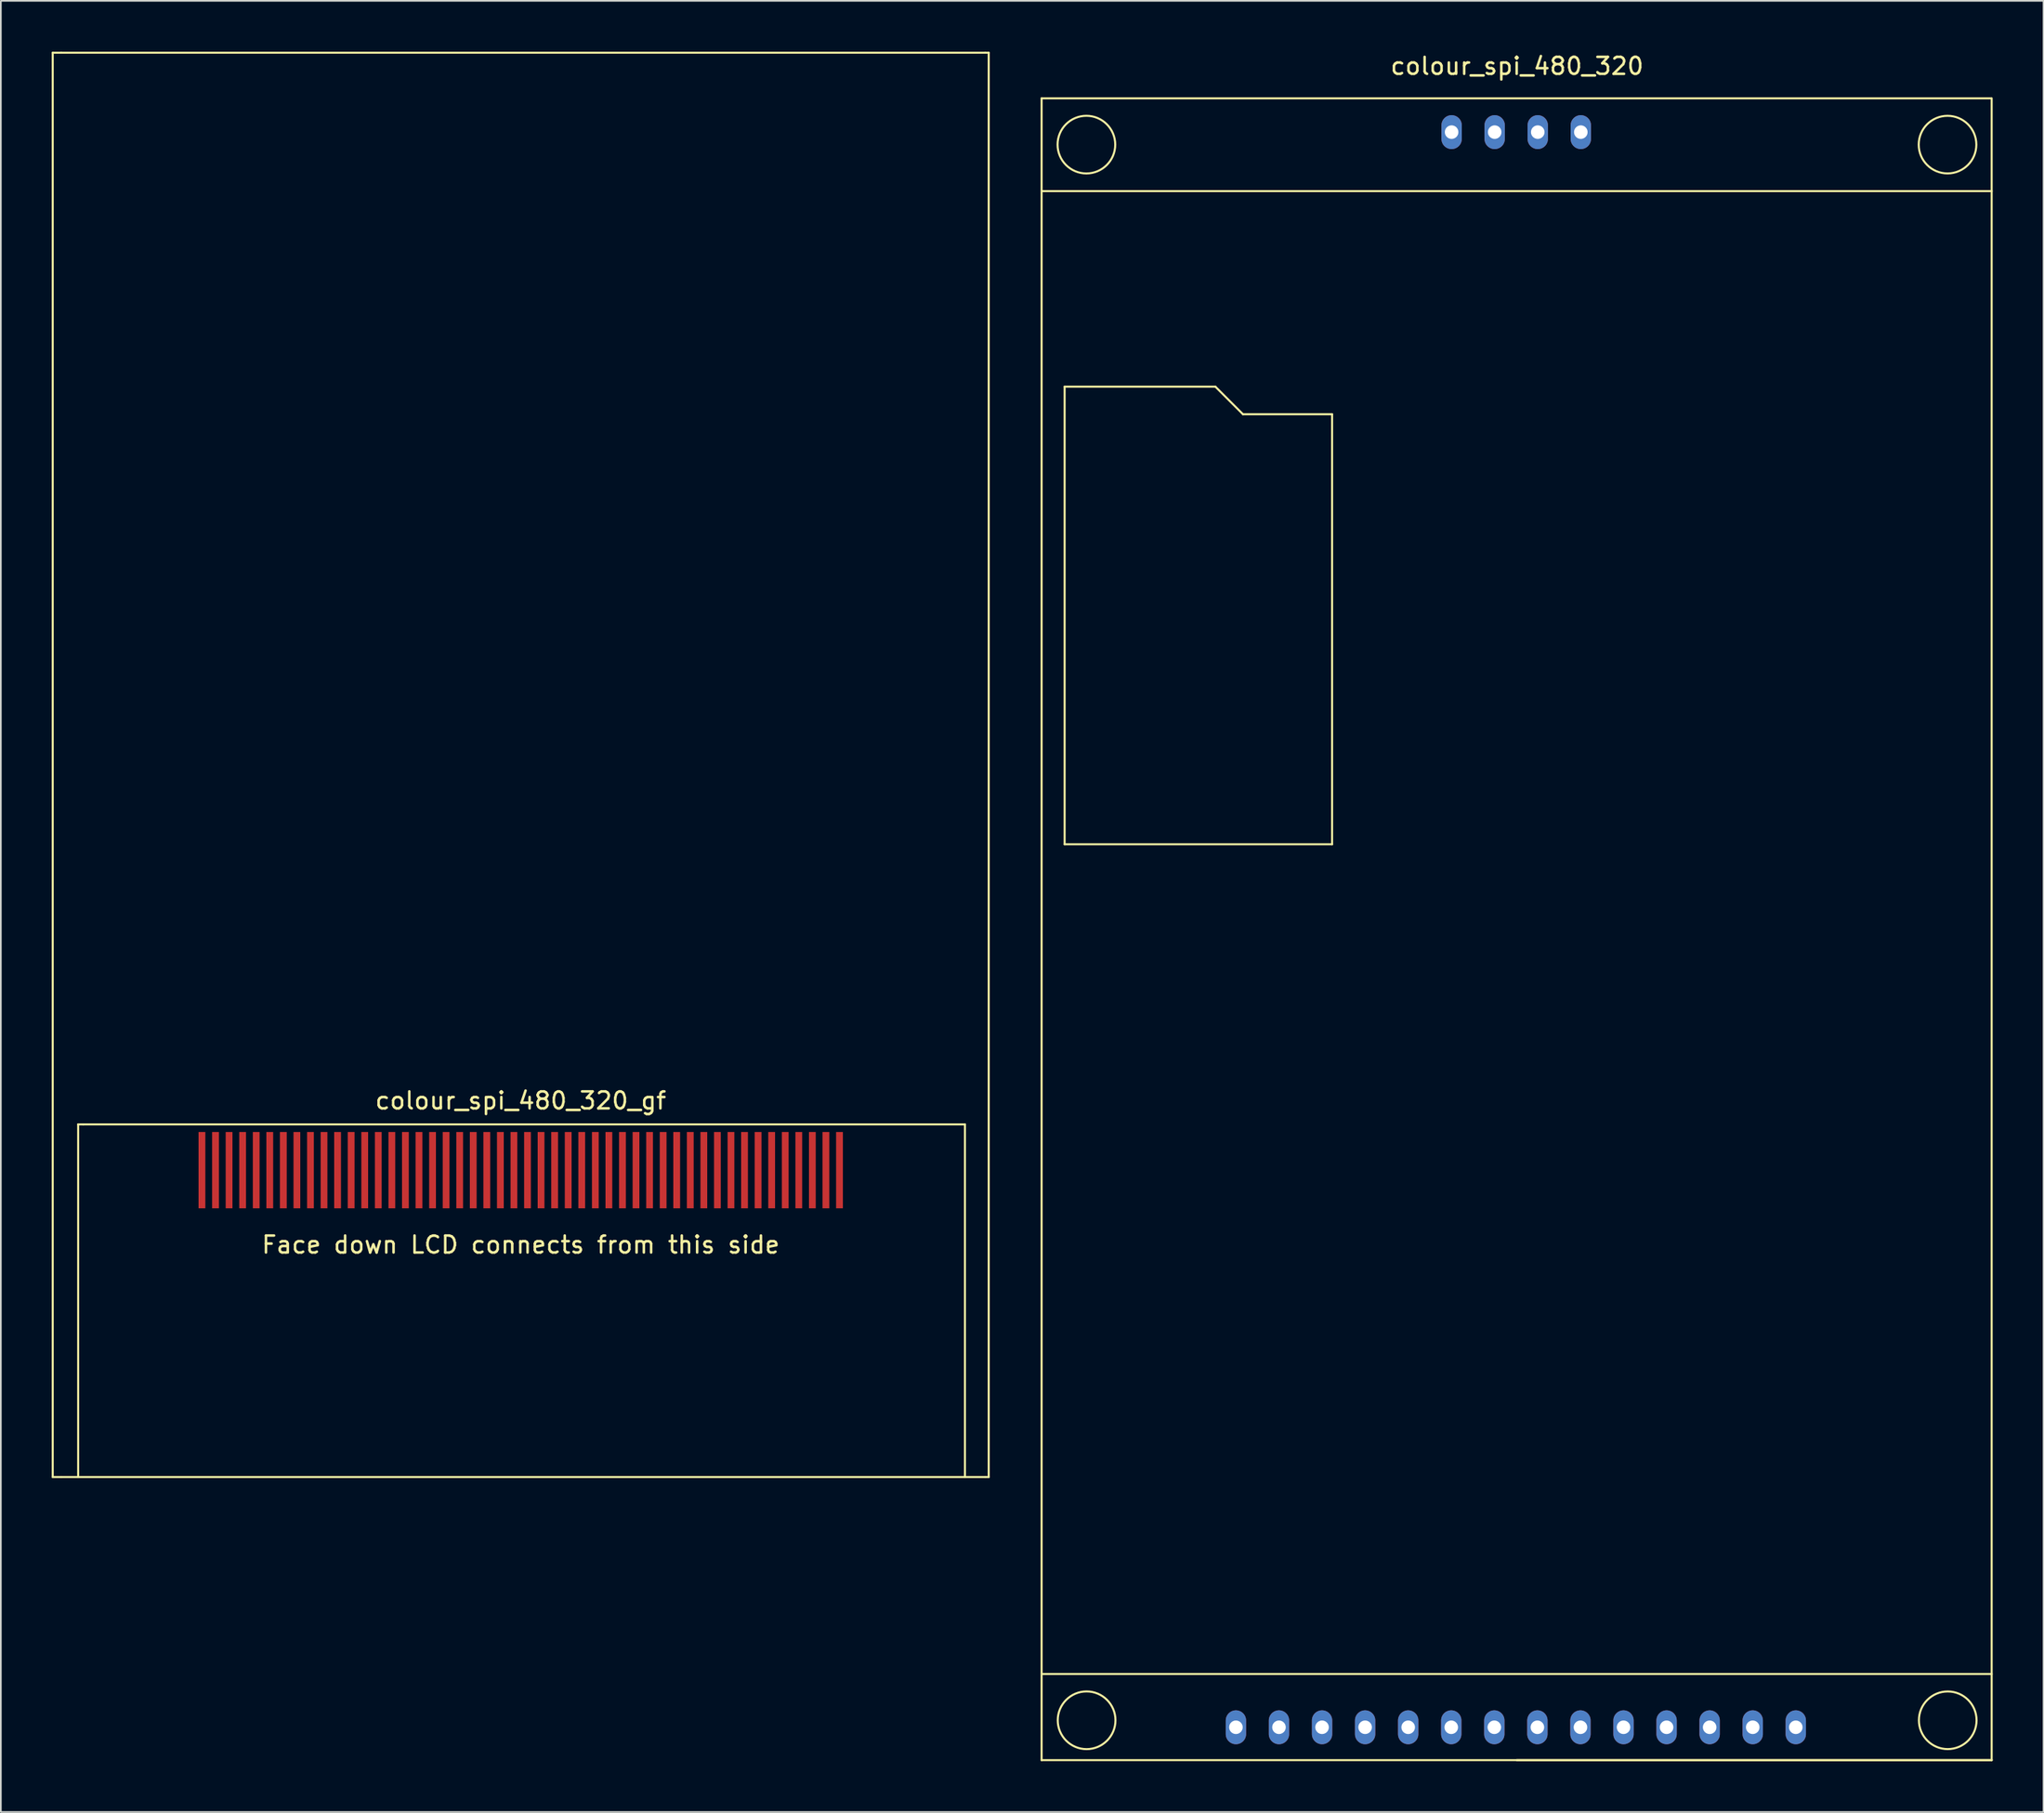
<source format=kicad_pcb>
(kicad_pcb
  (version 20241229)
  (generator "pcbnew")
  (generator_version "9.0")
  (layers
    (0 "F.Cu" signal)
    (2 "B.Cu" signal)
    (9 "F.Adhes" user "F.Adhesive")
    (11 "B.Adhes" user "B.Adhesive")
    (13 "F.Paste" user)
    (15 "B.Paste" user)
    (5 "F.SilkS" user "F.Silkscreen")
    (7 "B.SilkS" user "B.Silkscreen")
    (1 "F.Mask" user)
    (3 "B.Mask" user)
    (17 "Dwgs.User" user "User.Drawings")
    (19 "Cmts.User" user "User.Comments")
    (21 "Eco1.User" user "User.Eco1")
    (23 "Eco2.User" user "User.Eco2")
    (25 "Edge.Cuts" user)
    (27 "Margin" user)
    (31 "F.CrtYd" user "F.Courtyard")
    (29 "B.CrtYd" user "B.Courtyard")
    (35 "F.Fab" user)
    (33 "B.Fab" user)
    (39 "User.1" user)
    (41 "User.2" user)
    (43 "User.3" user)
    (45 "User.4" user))
  (footprint "colour_spi_480_320"
    (layer "F.Cu")
    (at 86.472 2.748)
    (property "Reference" "colour_spi_480_320" (at -0.05 -1.9 180) (layer "F.SilkS") (effects (font (size 1 1) (thickness 0.15))))
    (attr through_hole)
    (fp_line (start -28.092 0) (end -28.092 98.006) (stroke (width 0.12) (type solid)) (layer "F.SilkS"))
    (fp_line (start -28.092 98.006) (end 27.94 98.006) (stroke (width 0.12) (type solid)) (layer "F.SilkS"))
    (fp_line (start -28.054 5.474) (end 27.94 5.474) (stroke (width 0.12) (type solid)) (layer "F.SilkS"))
    (fp_line (start -28.042 92.926) (end 27.94 92.926) (stroke (width 0.12) (type solid)) (layer "F.SilkS"))
    (fp_line (start -26.733 17.005) (end -17.843 17.005) (stroke (width 0.12) (type solid)) (layer "F.SilkS"))
    (fp_line (start -26.733 43.993) (end -26.733 17.005) (stroke (width 0.12) (type solid)) (layer "F.SilkS"))
    (fp_line (start -26.733 43.993) (end -10.96 43.993) (stroke (width 0.12) (type solid)) (layer "F.SilkS"))
    (fp_line (start -17.843 17.005) (end -16.218 18.631) (stroke (width 0.12) (type solid)) (layer "F.SilkS"))
    (fp_line (start -16.218 18.631) (end -10.96 18.631) (stroke (width 0.12) (type solid)) (layer "F.SilkS"))
    (fp_line (start -10.96 43.993) (end -10.96 18.631) (stroke (width 0.12) (type solid)) (layer "F.SilkS"))
    (fp_line (start -0.064 98.006) (end 27.94 98.006) (stroke (width 0.12) (type solid)) (layer "F.SilkS"))
    (fp_line (start 27.915 0) (end -28.092 0) (stroke (width 0.12) (type solid)) (layer "F.SilkS"))
    (fp_line (start 27.94 98.006) (end 27.94 0) (stroke (width 0.12) (type solid)) (layer "F.SilkS"))
    (fp_circle (center -25.45 2.731) (end -24.333 4.013) (stroke (width 0.12) (type solid)) (fill no) (layer "F.SilkS"))
    (fp_circle (center -25.438 95.656) (end -24.32 96.939) (stroke (width 0.12) (type solid)) (fill no) (layer "F.SilkS"))
    (fp_circle (center 25.337 2.731) (end 26.48 3.988) (stroke (width 0.12) (type solid)) (fill no) (layer "F.SilkS"))
    (fp_circle (center 25.349 95.656) (end 26.492 96.914) (stroke (width 0.12) (type solid)) (fill no) (layer "F.SilkS"))
    (pad "1" thru_hole oval (at -16.632 96.069) (size 1.2 2) (drill 0.8) (layers "*.Cu" "*.Mask"))
    (pad "2" thru_hole oval (at -14.092 96.069) (size 1.2 2) (drill 0.8) (layers "*.Cu" "*.Mask"))
    (pad "3" thru_hole oval (at -11.552 96.069) (size 1.2 2) (drill 0.8) (layers "*.Cu" "*.Mask"))
    (pad "4" thru_hole oval (at -9.012 96.069) (size 1.2 2) (drill 0.8) (layers "*.Cu" "*.Mask"))
    (pad "5" thru_hole oval (at -6.472 96.069) (size 1.2 2) (drill 0.8) (layers "*.Cu" "*.Mask"))
    (pad "6" thru_hole oval (at -3.932 96.069) (size 1.2 2) (drill 0.8) (layers "*.Cu" "*.Mask"))
    (pad "7" thru_hole oval (at -1.392 96.069) (size 1.2 2) (drill 0.8) (layers "*.Cu" "*.Mask"))
    (pad "8" thru_hole oval (at 1.148 96.069) (size 1.2 2) (drill 0.8) (layers "*.Cu" "*.Mask"))
    (pad "9" thru_hole oval (at 3.688 96.069) (size 1.2 2) (drill 0.8) (layers "*.Cu" "*.Mask"))
    (pad "10" thru_hole oval (at 6.228 96.069) (size 1.2 2) (drill 0.8) (layers "*.Cu" "*.Mask"))
    (pad "11" thru_hole oval (at 8.768 96.069) (size 1.2 2) (drill 0.8) (layers "*.Cu" "*.Mask"))
    (pad "12" thru_hole oval (at 11.308 96.069) (size 1.2 2) (drill 0.8) (layers "*.Cu" "*.Mask"))
    (pad "13" thru_hole oval (at 13.848 96.069) (size 1.2 2) (drill 0.8) (layers "*.Cu" "*.Mask"))
    (pad "14" thru_hole oval (at 16.388 96.069) (size 1.2 2) (drill 0.8) (layers "*.Cu" "*.Mask"))
    (pad "15" thru_hole oval (at 3.709 1.994) (size 1.2 2) (drill 0.8) (layers "*.Cu" "*.Mask"))
    (pad "16" thru_hole oval (at 1.169 1.994) (size 1.2 2) (drill 0.8) (layers "*.Cu" "*.Mask"))
    (pad "17" thru_hole oval (at -1.371 1.994) (size 1.2 2) (drill 0.8) (layers "*.Cu" "*.Mask"))
    (pad "18" thru_hole oval (at -3.911 1.994) (size 1.2 2) (drill 0.8) (layers "*.Cu" "*.Mask")))
  (footprint "colour_spi_480_320_gf"
    (layer "F.Cu")
    (at 27.66 63.16)
    (property "Reference" "colour_spi_480_320_gf" (at 0 -1.3 0) (layer "F.SilkS") (effects (font (size 1 1) (thickness 0.15))))
    (attr smd)
    (fp_line (start -27.6 -63.1) (end -27.6 20.9) (stroke (width 0.12) (type solid)) (layer "F.SilkS"))
    (fp_line (start -27.6 -63.1) (end -27.1 -63.1) (stroke (width 0.12) (type solid)) (layer "F.SilkS"))
    (fp_line (start -27.1 20.9) (end -27.6 20.9) (stroke (width 0.12) (type solid)) (layer "F.SilkS"))
    (fp_line (start -27.1 20.9) (end 27.4 20.9) (stroke (width 0.12) (type solid)) (layer "F.SilkS"))
    (fp_line (start -26.1 20.9) (end -26.1 0.1) (stroke (width 0.12) (type solid)) (layer "F.SilkS"))
    (fp_line (start -25.8 0.1) (end -26.1 0.1) (stroke (width 0.12) (type solid)) (layer "F.SilkS"))
    (fp_line (start -25.8 0.1) (end 26.2 0.1) (stroke (width 0.12) (type solid)) (layer "F.SilkS"))
    (fp_line (start 26.2 0.1) (end 26.2 20.9) (stroke (width 0.12) (type solid)) (layer "F.SilkS"))
    (fp_line (start 27.4 -63.1) (end -27.1 -63.1) (stroke (width 0.12) (type solid)) (layer "F.SilkS"))
    (fp_line (start 27.6 -63.1) (end 27.4 -63.1) (stroke (width 0.12) (type solid)) (layer "F.SilkS"))
    (fp_line (start 27.6 20.9) (end 27.4 20.9) (stroke (width 0.12) (type solid)) (layer "F.SilkS"))
    (fp_line (start 27.6 20.9) (end 27.6 -63.1) (stroke (width 0.12) (type solid)) (layer "F.SilkS"))
    (fp_text user "Face down LCD connects from this side" (at 0 7.2 0) (layer "F.SilkS") (effects (font (size 1 1) (thickness 0.15))))
    (pad "1" smd rect (at -18.8 2.8) (size 0.4 4.5) (layers "F.Cu" "F.Mask" "F.Paste"))
    (pad "2" smd rect (at -18 2.8) (size 0.4 4.5) (layers "F.Cu" "F.Mask" "F.Paste"))
    (pad "3" smd rect (at -17.2 2.8) (size 0.4 4.5) (layers "F.Cu" "F.Mask" "F.Paste"))
    (pad "4" smd rect (at -16.4 2.8) (size 0.4 4.5) (layers "F.Cu" "F.Mask" "F.Paste"))
    (pad "5" smd rect (at -15.6 2.8) (size 0.4 4.5) (layers "F.Cu" "F.Mask" "F.Paste"))
    (pad "6" smd rect (at -14.8 2.8) (size 0.4 4.5) (layers "F.Cu" "F.Mask" "F.Paste"))
    (pad "7" smd rect (at -14 2.8) (size 0.4 4.5) (layers "F.Cu" "F.Mask" "F.Paste"))
    (pad "8" smd rect (at -13.2 2.8) (size 0.4 4.5) (layers "F.Cu" "F.Mask" "F.Paste"))
    (pad "9" smd rect (at -12.4 2.8) (size 0.4 4.5) (layers "F.Cu" "F.Mask" "F.Paste"))
    (pad "10" smd rect (at -11.6 2.8) (size 0.4 4.5) (layers "F.Cu" "F.Mask" "F.Paste"))
    (pad "11" smd rect (at -10.8 2.8) (size 0.4 4.5) (layers "F.Cu" "F.Mask" "F.Paste"))
    (pad "12" smd rect (at -10 2.8) (size 0.4 4.5) (layers "F.Cu" "F.Mask" "F.Paste"))
    (pad "13" smd rect (at -9.2 2.8) (size 0.4 4.5) (layers "F.Cu" "F.Mask" "F.Paste"))
    (pad "14" smd rect (at -8.4 2.8) (size 0.4 4.5) (layers "F.Cu" "F.Mask" "F.Paste"))
    (pad "15" smd rect (at -7.6 2.8) (size 0.4 4.5) (layers "F.Cu" "F.Mask" "F.Paste"))
    (pad "16" smd rect (at -6.8 2.8) (size 0.4 4.5) (layers "F.Cu" "F.Mask" "F.Paste"))
    (pad "17" smd rect (at -6 2.8) (size 0.4 4.5) (layers "F.Cu" "F.Mask" "F.Paste"))
    (pad "18" smd rect (at -5.2 2.8) (size 0.4 4.5) (layers "F.Cu" "F.Mask" "F.Paste"))
    (pad "19" smd rect (at -4.4 2.8) (size 0.4 4.5) (layers "F.Cu" "F.Mask" "F.Paste"))
    (pad "20" smd rect (at -3.6 2.8) (size 0.4 4.5) (layers "F.Cu" "F.Mask" "F.Paste"))
    (pad "21" smd rect (at -2.8 2.8) (size 0.4 4.5) (layers "F.Cu" "F.Mask" "F.Paste"))
    (pad "22" smd rect (at -2 2.8) (size 0.4 4.5) (layers "F.Cu" "F.Mask" "F.Paste"))
    (pad "23" smd rect (at -1.2 2.8) (size 0.4 4.5) (layers "F.Cu" "F.Mask" "F.Paste"))
    (pad "24" smd rect (at -0.4 2.8) (size 0.4 4.5) (layers "F.Cu" "F.Mask" "F.Paste"))
    (pad "25" smd rect (at 0.4 2.8) (size 0.4 4.5) (layers "F.Cu" "F.Mask" "F.Paste"))
    (pad "26" smd rect (at 1.2 2.8) (size 0.4 4.5) (layers "F.Cu" "F.Mask" "F.Paste"))
    (pad "27" smd rect (at 2 2.8) (size 0.4 4.5) (layers "F.Cu" "F.Mask" "F.Paste"))
    (pad "28" smd rect (at 2.8 2.8) (size 0.4 4.5) (layers "F.Cu" "F.Mask" "F.Paste"))
    (pad "29" smd rect (at 3.6 2.8) (size 0.4 4.5) (layers "F.Cu" "F.Mask" "F.Paste"))
    (pad "30" smd rect (at 4.4 2.8) (size 0.4 4.5) (layers "F.Cu" "F.Mask" "F.Paste"))
    (pad "31" smd rect (at 5.2 2.8) (size 0.4 4.5) (layers "F.Cu" "F.Mask" "F.Paste"))
    (pad "32" smd rect (at 6 2.8) (size 0.4 4.5) (layers "F.Cu" "F.Mask" "F.Paste"))
    (pad "33" smd rect (at 6.8 2.8) (size 0.4 4.5) (layers "F.Cu" "F.Mask" "F.Paste"))
    (pad "34" smd rect (at 7.6 2.8) (size 0.4 4.5) (layers "F.Cu" "F.Mask" "F.Paste"))
    (pad "35" smd rect (at 8.4 2.8) (size 0.4 4.5) (layers "F.Cu" "F.Mask" "F.Paste"))
    (pad "36" smd rect (at 9.2 2.8) (size 0.4 4.5) (layers "F.Cu" "F.Mask" "F.Paste"))
    (pad "37" smd rect (at 10 2.8) (size 0.4 4.5) (layers "F.Cu" "F.Mask" "F.Paste"))
    (pad "38" smd rect (at 10.8 2.8) (size 0.4 4.5) (layers "F.Cu" "F.Mask" "F.Paste"))
    (pad "39" smd rect (at 11.6 2.8) (size 0.4 4.5) (layers "F.Cu" "F.Mask" "F.Paste"))
    (pad "40" smd rect (at 12.4 2.8) (size 0.4 4.5) (layers "F.Cu" "F.Mask" "F.Paste"))
    (pad "41" smd rect (at 13.2 2.8) (size 0.4 4.5) (layers "F.Cu" "F.Mask" "F.Paste"))
    (pad "42" smd rect (at 14 2.8) (size 0.4 4.5) (layers "F.Cu" "F.Mask" "F.Paste"))
    (pad "43" smd rect (at 14.8 2.8) (size 0.4 4.5) (layers "F.Cu" "F.Mask" "F.Paste"))
    (pad "44" smd rect (at 15.6 2.8) (size 0.4 4.5) (layers "F.Cu" "F.Mask" "F.Paste"))
    (pad "45" smd rect (at 16.4 2.8) (size 0.4 4.5) (layers "F.Cu" "F.Mask" "F.Paste"))
    (pad "46" smd rect (at 17.2 2.8) (size 0.4 4.5) (layers "F.Cu" "F.Mask" "F.Paste"))
    (pad "47" smd rect (at 18 2.8) (size 0.4 4.5) (layers "F.Cu" "F.Mask" "F.Paste"))
    (pad "48" smd rect (at 18.8 2.8) (size 0.4 4.5) (layers "F.Cu" "F.Mask" "F.Paste")))
  (gr_rect
    (start -3 -3)
    (end 117.472 103.814)
    (stroke (width 0.1) (type default))
    (fill no)
    (layer "Edge.Cuts")))
</source>
